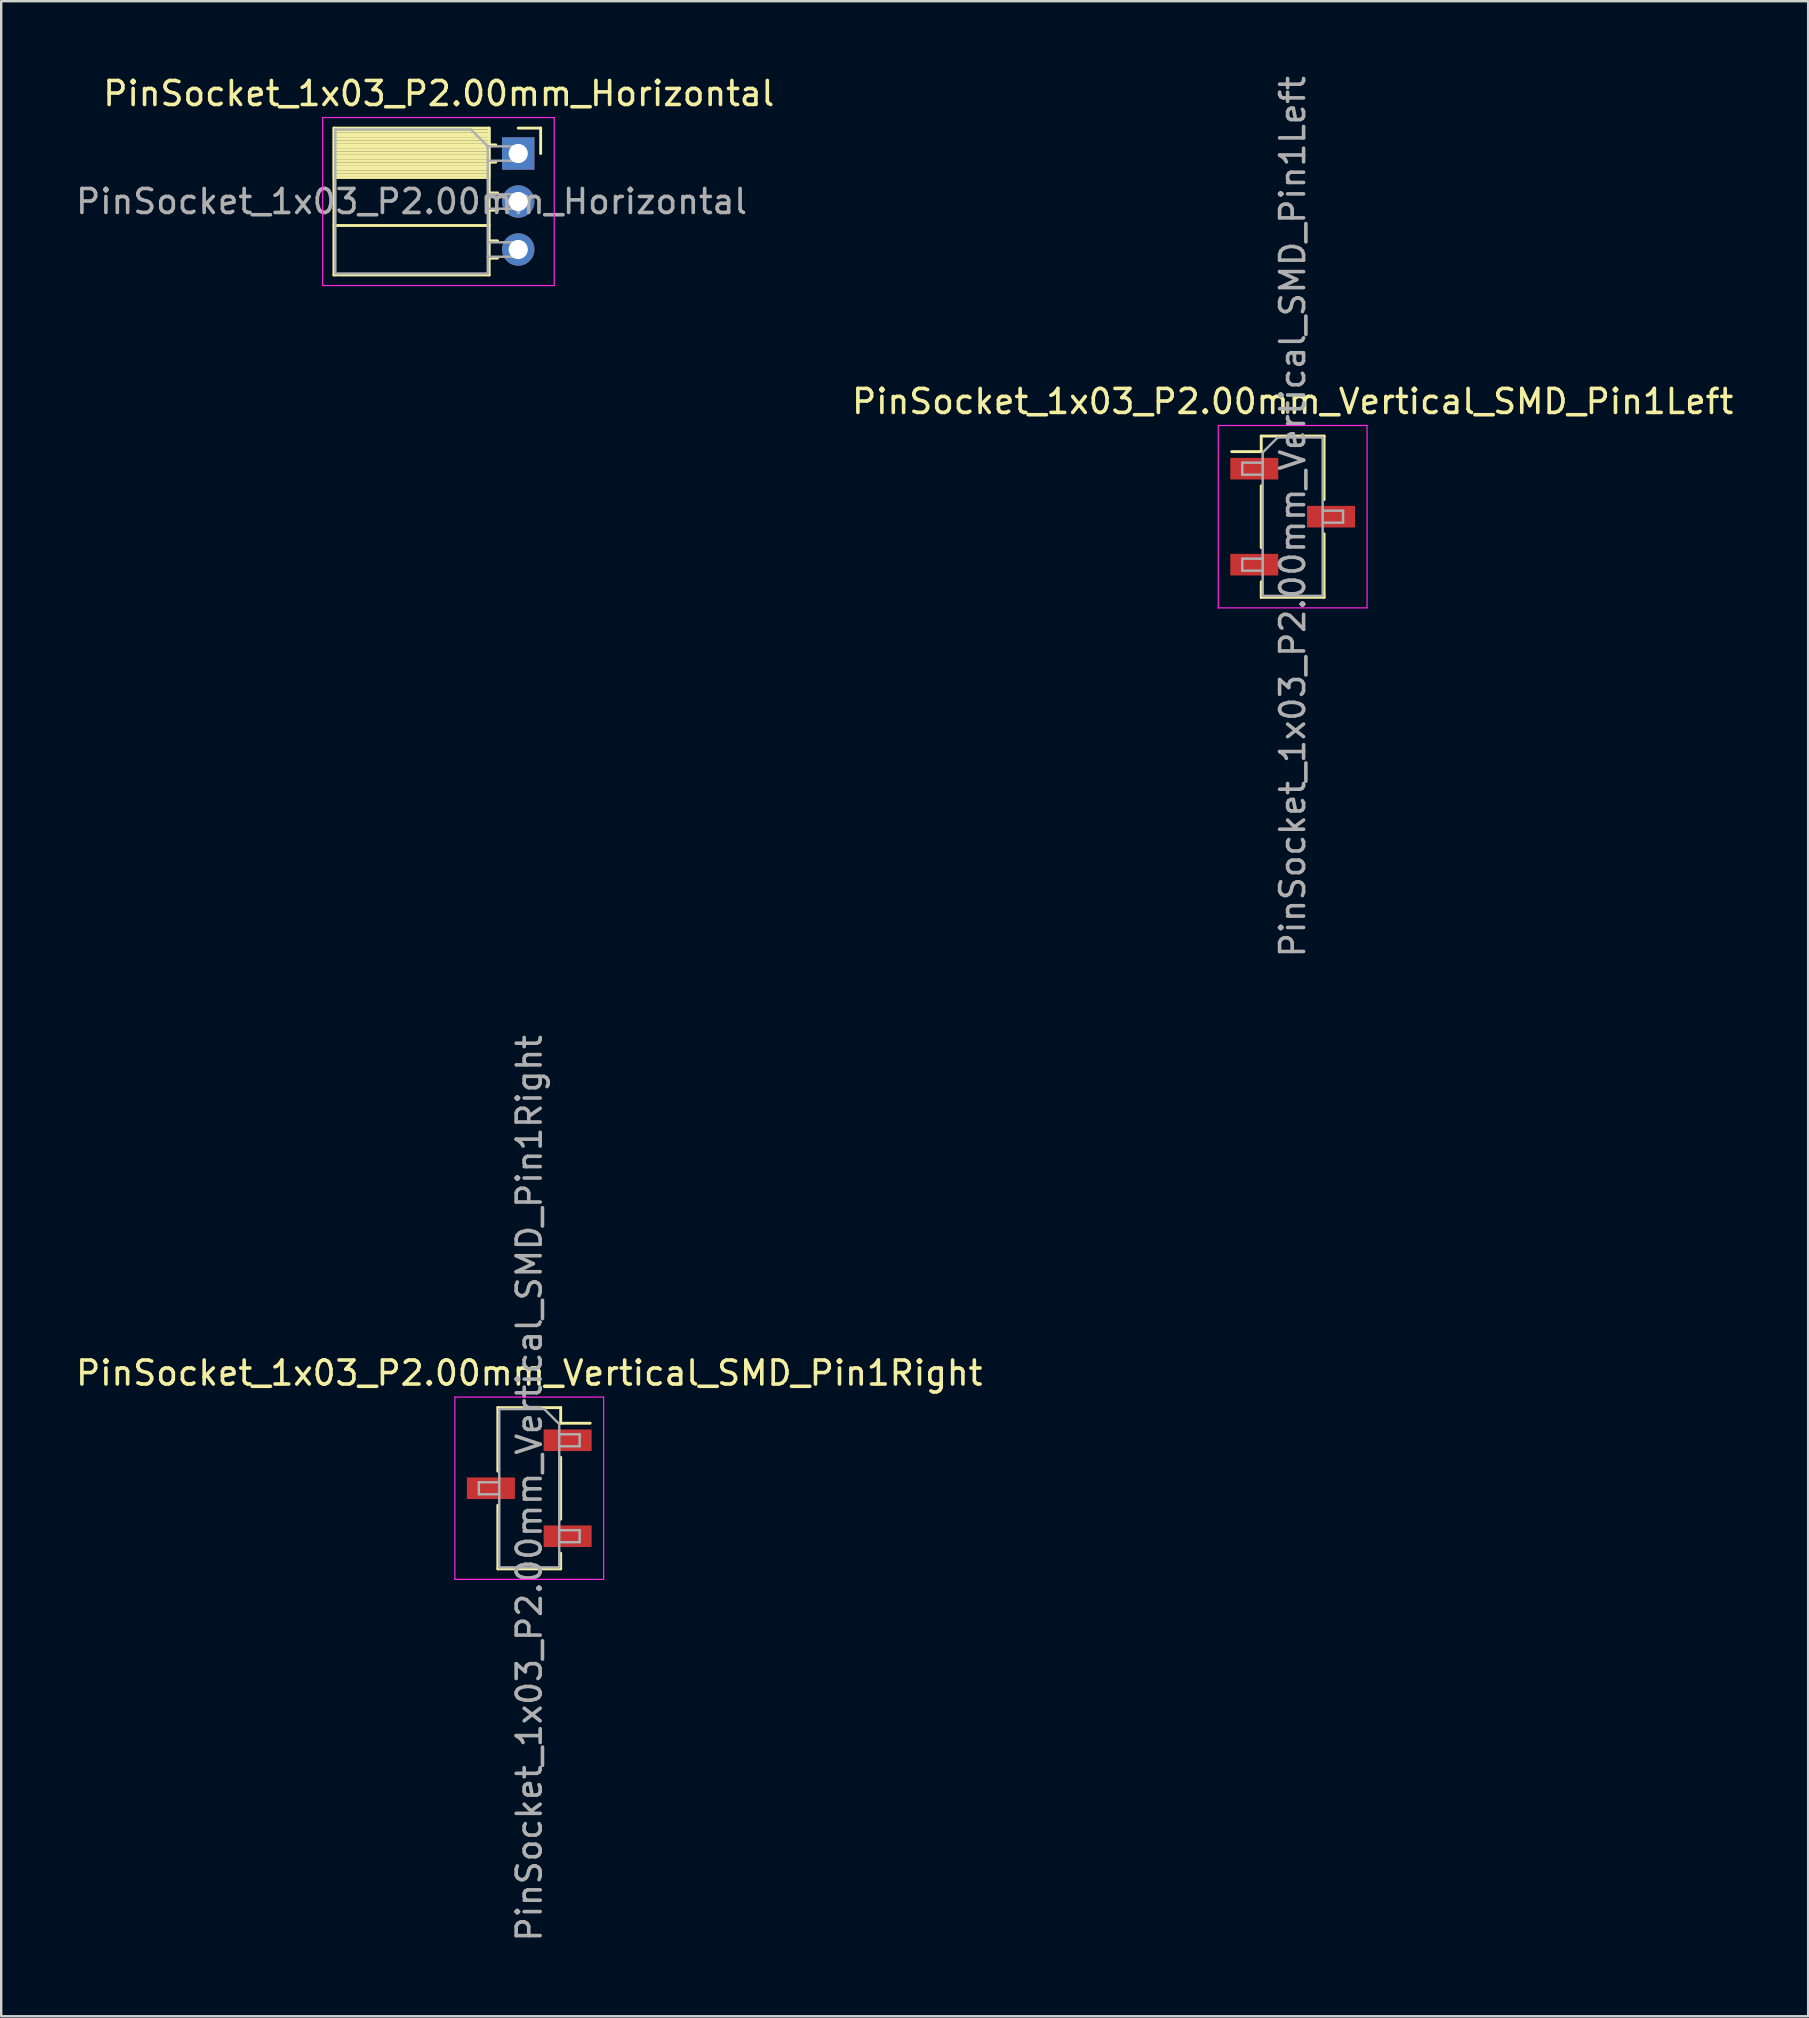
<source format=kicad_pcb>
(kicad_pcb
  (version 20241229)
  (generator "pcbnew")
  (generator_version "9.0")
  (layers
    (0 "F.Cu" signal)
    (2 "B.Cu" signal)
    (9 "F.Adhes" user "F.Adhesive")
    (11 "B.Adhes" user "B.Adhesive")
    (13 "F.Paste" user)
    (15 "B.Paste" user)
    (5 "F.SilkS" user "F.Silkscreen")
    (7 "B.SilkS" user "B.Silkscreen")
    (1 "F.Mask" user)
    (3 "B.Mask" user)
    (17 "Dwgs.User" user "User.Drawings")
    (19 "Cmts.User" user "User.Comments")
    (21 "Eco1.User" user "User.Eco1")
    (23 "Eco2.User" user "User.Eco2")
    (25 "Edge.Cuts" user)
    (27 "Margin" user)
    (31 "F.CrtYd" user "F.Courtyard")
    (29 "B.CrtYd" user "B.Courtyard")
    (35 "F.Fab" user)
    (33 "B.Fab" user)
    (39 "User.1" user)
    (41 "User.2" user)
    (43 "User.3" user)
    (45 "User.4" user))
  (footprint "PinSocket_1x03_P2.00mm_Vertical_SMD_Pin1Right"
    (layer "F.Cu")
    (at 19.006 58.97)
    (property "Reference" "PinSocket_1x03_P2.00mm_Vertical_SMD_Pin1Right" (at 0 -4.8 0) (layer "F.SilkS") (effects (font (size 1 1) (thickness 0.15))))
    (attr smd)
    (fp_line (start -1.31 -3.36) (end -1.31 -0.71) (stroke (width 0.12) (type solid)) (layer "F.SilkS"))
    (fp_line (start -1.31 -3.36) (end 1.31 -3.36) (stroke (width 0.12) (type solid)) (layer "F.SilkS"))
    (fp_line (start -1.31 0.71) (end -1.31 3.36) (stroke (width 0.12) (type solid)) (layer "F.SilkS"))
    (fp_line (start -1.31 3.36) (end 1.31 3.36) (stroke (width 0.12) (type solid)) (layer "F.SilkS"))
    (fp_line (start 1.31 -3.36) (end 1.31 -2.71) (stroke (width 0.12) (type solid)) (layer "F.SilkS"))
    (fp_line (start 1.31 -2.71) (end 2.54 -2.71) (stroke (width 0.12) (type solid)) (layer "F.SilkS"))
    (fp_line (start 1.31 -1.29) (end 1.31 1.29) (stroke (width 0.12) (type solid)) (layer "F.SilkS"))
    (fp_line (start 1.31 2.71) (end 1.31 3.36) (stroke (width 0.12) (type solid)) (layer "F.SilkS"))
    (fp_line (start -3.1 -3.8) (end 3.1 -3.8) (stroke (width 0.05) (type solid)) (layer "F.CrtYd"))
    (fp_line (start -3.1 3.8) (end -3.1 -3.8) (stroke (width 0.05) (type solid)) (layer "F.CrtYd"))
    (fp_line (start 3.1 -3.8) (end 3.1 3.8) (stroke (width 0.05) (type solid)) (layer "F.CrtYd"))
    (fp_line (start 3.1 3.8) (end -3.1 3.8) (stroke (width 0.05) (type solid)) (layer "F.CrtYd"))
    (fp_line (start -2.1 -0.25) (end -1.25 -0.25) (stroke (width 0.1) (type solid)) (layer "F.Fab"))
    (fp_line (start -2.1 0.25) (end -2.1 -0.25) (stroke (width 0.1) (type solid)) (layer "F.Fab"))
    (fp_line (start -1.25 -3.3) (end 0.625 -3.3) (stroke (width 0.1) (type solid)) (layer "F.Fab"))
    (fp_line (start -1.25 0.25) (end -2.1 0.25) (stroke (width 0.1) (type solid)) (layer "F.Fab"))
    (fp_line (start -1.25 3.3) (end -1.25 -3.3) (stroke (width 0.1) (type solid)) (layer "F.Fab"))
    (fp_line (start 0.625 -3.3) (end 1.25 -2.675) (stroke (width 0.1) (type solid)) (layer "F.Fab"))
    (fp_line (start 1.25 -2.675) (end 1.25 3.3) (stroke (width 0.1) (type solid)) (layer "F.Fab"))
    (fp_line (start 1.25 -2.25) (end 2.1 -2.25) (stroke (width 0.1) (type solid)) (layer "F.Fab"))
    (fp_line (start 1.25 1.75) (end 2.1 1.75) (stroke (width 0.1) (type solid)) (layer "F.Fab"))
    (fp_line (start 1.25 3.3) (end -1.25 3.3) (stroke (width 0.1) (type solid)) (layer "F.Fab"))
    (fp_line (start 2.1 -2.25) (end 2.1 -1.75) (stroke (width 0.1) (type solid)) (layer "F.Fab"))
    (fp_line (start 2.1 -1.75) (end 1.25 -1.75) (stroke (width 0.1) (type solid)) (layer "F.Fab"))
    (fp_line (start 2.1 1.75) (end 2.1 2.25) (stroke (width 0.1) (type solid)) (layer "F.Fab"))
    (fp_line (start 2.1 2.25) (end 1.25 2.25) (stroke (width 0.1) (type solid)) (layer "F.Fab"))
    (fp_text user "${REFERENCE}" (at 0 0 90) (layer "F.Fab") (effects (font (size 1 1) (thickness 0.15))))
    (pad "1" smd rect (at 1.6 -2) (size 2 0.9) (layers "F.Cu" "F.Mask" "F.Paste"))
    (pad "2" smd rect (at -1.6 0) (size 2 0.9) (layers "F.Cu" "F.Mask" "F.Paste"))
    (pad "3" smd rect (at 1.6 2) (size 2 0.9) (layers "F.Cu" "F.Mask" "F.Paste")))
  (footprint "PinSocket_1x03_P2.00mm_Vertical_SMD_Pin1Left"
    (layer "F.Cu")
    (at 50.82 18.482)
    (property "Reference" "PinSocket_1x03_P2.00mm_Vertical_SMD_Pin1Left" (at 0 -4.8 0) (layer "F.SilkS") (effects (font (size 1 1) (thickness 0.15))))
    (attr smd)
    (fp_line (start -2.54 -2.71) (end -1.31 -2.71) (stroke (width 0.12) (type solid)) (layer "F.SilkS"))
    (fp_line (start -1.31 -3.36) (end -1.31 -2.71) (stroke (width 0.12) (type solid)) (layer "F.SilkS"))
    (fp_line (start -1.31 -3.36) (end 1.31 -3.36) (stroke (width 0.12) (type solid)) (layer "F.SilkS"))
    (fp_line (start -1.31 -1.29) (end -1.31 1.29) (stroke (width 0.12) (type solid)) (layer "F.SilkS"))
    (fp_line (start -1.31 2.71) (end -1.31 3.36) (stroke (width 0.12) (type solid)) (layer "F.SilkS"))
    (fp_line (start -1.31 3.36) (end 1.31 3.36) (stroke (width 0.12) (type solid)) (layer "F.SilkS"))
    (fp_line (start 1.31 -3.36) (end 1.31 -0.71) (stroke (width 0.12) (type solid)) (layer "F.SilkS"))
    (fp_line (start 1.31 0.71) (end 1.31 3.36) (stroke (width 0.12) (type solid)) (layer "F.SilkS"))
    (fp_line (start -3.1 -3.8) (end 3.1 -3.8) (stroke (width 0.05) (type solid)) (layer "F.CrtYd"))
    (fp_line (start -3.1 3.8) (end -3.1 -3.8) (stroke (width 0.05) (type solid)) (layer "F.CrtYd"))
    (fp_line (start 3.1 -3.8) (end 3.1 3.8) (stroke (width 0.05) (type solid)) (layer "F.CrtYd"))
    (fp_line (start 3.1 3.8) (end -3.1 3.8) (stroke (width 0.05) (type solid)) (layer "F.CrtYd"))
    (fp_line (start -2.1 -2.25) (end -1.25 -2.25) (stroke (width 0.1) (type solid)) (layer "F.Fab"))
    (fp_line (start -2.1 -1.75) (end -2.1 -2.25) (stroke (width 0.1) (type solid)) (layer "F.Fab"))
    (fp_line (start -2.1 1.75) (end -1.25 1.75) (stroke (width 0.1) (type solid)) (layer "F.Fab"))
    (fp_line (start -2.1 2.25) (end -2.1 1.75) (stroke (width 0.1) (type solid)) (layer "F.Fab"))
    (fp_line (start -1.25 -2.675) (end -0.625 -3.3) (stroke (width 0.1) (type solid)) (layer "F.Fab"))
    (fp_line (start -1.25 -1.75) (end -2.1 -1.75) (stroke (width 0.1) (type solid)) (layer "F.Fab"))
    (fp_line (start -1.25 2.25) (end -2.1 2.25) (stroke (width 0.1) (type solid)) (layer "F.Fab"))
    (fp_line (start -1.25 3.3) (end -1.25 -2.675) (stroke (width 0.1) (type solid)) (layer "F.Fab"))
    (fp_line (start -0.625 -3.3) (end 1.25 -3.3) (stroke (width 0.1) (type solid)) (layer "F.Fab"))
    (fp_line (start 1.25 -3.3) (end 1.25 3.3) (stroke (width 0.1) (type solid)) (layer "F.Fab"))
    (fp_line (start 1.25 -0.25) (end 2.1 -0.25) (stroke (width 0.1) (type solid)) (layer "F.Fab"))
    (fp_line (start 1.25 3.3) (end -1.25 3.3) (stroke (width 0.1) (type solid)) (layer "F.Fab"))
    (fp_line (start 2.1 -0.25) (end 2.1 0.25) (stroke (width 0.1) (type solid)) (layer "F.Fab"))
    (fp_line (start 2.1 0.25) (end 1.25 0.25) (stroke (width 0.1) (type solid)) (layer "F.Fab"))
    (fp_text user "${REFERENCE}" (at 0 0 90) (layer "F.Fab") (effects (font (size 1 1) (thickness 0.15))))
    (pad "1" smd rect (at -1.6 -2) (size 2 0.9) (layers "F.Cu" "F.Mask" "F.Paste"))
    (pad "2" smd rect (at 1.6 0) (size 2 0.9) (layers "F.Cu" "F.Mask" "F.Paste"))
    (pad "3" smd rect (at -1.6 2) (size 2 0.9) (layers "F.Cu" "F.Mask" "F.Paste")))
  (footprint "PinSocket_1x03_P2.00mm_Horizontal"
    (layer "F.Cu")
    (at 18.546 3.348)
    (property "Reference" "PinSocket_1x03_P2.00mm_Horizontal" (at -3.31 -2.5 0) (layer "F.SilkS") (effects (font (size 1 1) (thickness 0.15))))
    (attr through_hole)
    (fp_line (start -7.68 -1.06) (end -7.68 5.06) (stroke (width 0.12) (type solid)) (layer "F.SilkS"))
    (fp_line (start -7.68 -1.06) (end -1.21 -1.06) (stroke (width 0.12) (type solid)) (layer "F.SilkS"))
    (fp_line (start -7.68 -0.94) (end -1.21 -0.94) (stroke (width 0.12) (type solid)) (layer "F.SilkS"))
    (fp_line (start -7.68 -0.826) (end -1.21 -0.826) (stroke (width 0.12) (type solid)) (layer "F.SilkS"))
    (fp_line (start -7.68 -0.712) (end -1.21 -0.712) (stroke (width 0.12) (type solid)) (layer "F.SilkS"))
    (fp_line (start -7.68 -0.598) (end -1.21 -0.598) (stroke (width 0.12) (type solid)) (layer "F.SilkS"))
    (fp_line (start -7.68 -0.484) (end -1.21 -0.484) (stroke (width 0.12) (type solid)) (layer "F.SilkS"))
    (fp_line (start -7.68 -0.369) (end -1.21 -0.369) (stroke (width 0.12) (type solid)) (layer "F.SilkS"))
    (fp_line (start -7.68 -0.255) (end -1.21 -0.255) (stroke (width 0.12) (type solid)) (layer "F.SilkS"))
    (fp_line (start -7.68 -0.141) (end -1.21 -0.141) (stroke (width 0.12) (type solid)) (layer "F.SilkS"))
    (fp_line (start -7.68 -0.027) (end -1.21 -0.027) (stroke (width 0.12) (type solid)) (layer "F.SilkS"))
    (fp_line (start -7.68 0.087) (end -1.21 0.087) (stroke (width 0.12) (type solid)) (layer "F.SilkS"))
    (fp_line (start -7.68 0.201) (end -1.21 0.201) (stroke (width 0.12) (type solid)) (layer "F.SilkS"))
    (fp_line (start -7.68 0.315) (end -1.21 0.315) (stroke (width 0.12) (type solid)) (layer "F.SilkS"))
    (fp_line (start -7.68 0.429) (end -1.21 0.429) (stroke (width 0.12) (type solid)) (layer "F.SilkS"))
    (fp_line (start -7.68 0.544) (end -1.21 0.544) (stroke (width 0.12) (type solid)) (layer "F.SilkS"))
    (fp_line (start -7.68 0.658) (end -1.21 0.658) (stroke (width 0.12) (type solid)) (layer "F.SilkS"))
    (fp_line (start -7.68 0.772) (end -1.21 0.772) (stroke (width 0.12) (type solid)) (layer "F.SilkS"))
    (fp_line (start -7.68 0.886) (end -1.21 0.886) (stroke (width 0.12) (type solid)) (layer "F.SilkS"))
    (fp_line (start -7.68 1) (end -1.21 1) (stroke (width 0.12) (type solid)) (layer "F.SilkS"))
    (fp_line (start -7.68 3) (end -1.21 3) (stroke (width 0.12) (type solid)) (layer "F.SilkS"))
    (fp_line (start -7.68 5.06) (end -1.21 5.06) (stroke (width 0.12) (type solid)) (layer "F.SilkS"))
    (fp_line (start -1.21 -1.06) (end -1.21 5.06) (stroke (width 0.12) (type solid)) (layer "F.SilkS"))
    (fp_line (start -1.21 -0.36) (end -0.935 -0.36) (stroke (width 0.12) (type solid)) (layer "F.SilkS"))
    (fp_line (start -1.21 0.36) (end -0.935 0.36) (stroke (width 0.12) (type solid)) (layer "F.SilkS"))
    (fp_line (start -1.21 1.64) (end -0.863 1.64) (stroke (width 0.12) (type solid)) (layer "F.SilkS"))
    (fp_line (start -1.21 2.36) (end -0.863 2.36) (stroke (width 0.12) (type solid)) (layer "F.SilkS"))
    (fp_line (start -1.21 3.64) (end -0.863 3.64) (stroke (width 0.12) (type solid)) (layer "F.SilkS"))
    (fp_line (start -1.21 4.36) (end -0.863 4.36) (stroke (width 0.12) (type solid)) (layer "F.SilkS"))
    (fp_line (start 0 -1.06) (end 0.935 -1.06) (stroke (width 0.12) (type solid)) (layer "F.SilkS"))
    (fp_line (start 0.935 -1.06) (end 0.935 0) (stroke (width 0.12) (type solid)) (layer "F.SilkS"))
    (fp_line (start -8.15 -1.5) (end -8.15 5.5) (stroke (width 0.05) (type solid)) (layer "F.CrtYd"))
    (fp_line (start -8.15 5.5) (end 1.5 5.5) (stroke (width 0.05) (type solid)) (layer "F.CrtYd"))
    (fp_line (start 1.5 -1.5) (end -8.15 -1.5) (stroke (width 0.05) (type solid)) (layer "F.CrtYd"))
    (fp_line (start 1.5 5.5) (end 1.5 -1.5) (stroke (width 0.05) (type solid)) (layer "F.CrtYd"))
    (fp_line (start -7.62 -1) (end -1.97 -1) (stroke (width 0.1) (type solid)) (layer "F.Fab"))
    (fp_line (start -7.62 5) (end -7.62 -1) (stroke (width 0.1) (type solid)) (layer "F.Fab"))
    (fp_line (start -1.97 -1) (end -1.27 -0.3) (stroke (width 0.1) (type solid)) (layer "F.Fab"))
    (fp_line (start -1.27 -0.3) (end -1.27 5) (stroke (width 0.1) (type solid)) (layer "F.Fab"))
    (fp_line (start -1.27 0.3) (end 0 0.3) (stroke (width 0.1) (type solid)) (layer "F.Fab"))
    (fp_line (start -1.27 2.3) (end 0 2.3) (stroke (width 0.1) (type solid)) (layer "F.Fab"))
    (fp_line (start -1.27 4.3) (end 0 4.3) (stroke (width 0.1) (type solid)) (layer "F.Fab"))
    (fp_line (start -1.27 5) (end -7.62 5) (stroke (width 0.1) (type solid)) (layer "F.Fab"))
    (fp_line (start 0 -0.3) (end -1.27 -0.3) (stroke (width 0.1) (type solid)) (layer "F.Fab"))
    (fp_line (start 0 0.3) (end 0 -0.3) (stroke (width 0.1) (type solid)) (layer "F.Fab"))
    (fp_line (start 0 1.7) (end -1.27 1.7) (stroke (width 0.1) (type solid)) (layer "F.Fab"))
    (fp_line (start 0 2.3) (end 0 1.7) (stroke (width 0.1) (type solid)) (layer "F.Fab"))
    (fp_line (start 0 3.7) (end -1.27 3.7) (stroke (width 0.1) (type solid)) (layer "F.Fab"))
    (fp_line (start 0 4.3) (end 0 3.7) (stroke (width 0.1) (type solid)) (layer "F.Fab"))
    (fp_text user "${REFERENCE}" (at -4.445 2 0) (layer "F.Fab") (effects (font (size 1 1) (thickness 0.15))))
    (pad "1" thru_hole rect (at 0 0) (size 1.35 1.35) (drill 0.8) (layers "*.Cu" "*.Mask"))
    (pad "2" thru_hole oval (at 0 2) (size 1.35 1.35) (drill 0.8) (layers "*.Cu" "*.Mask"))
    (pad "3" thru_hole oval (at 0 4) (size 1.35 1.35) (drill 0.8) (layers "*.Cu" "*.Mask")))
  (gr_rect
    (start -3 -3)
    (end 72.302 80.976)
    (stroke (width 0.1) (type default))
    (fill no)
    (layer "Edge.Cuts")))
</source>
